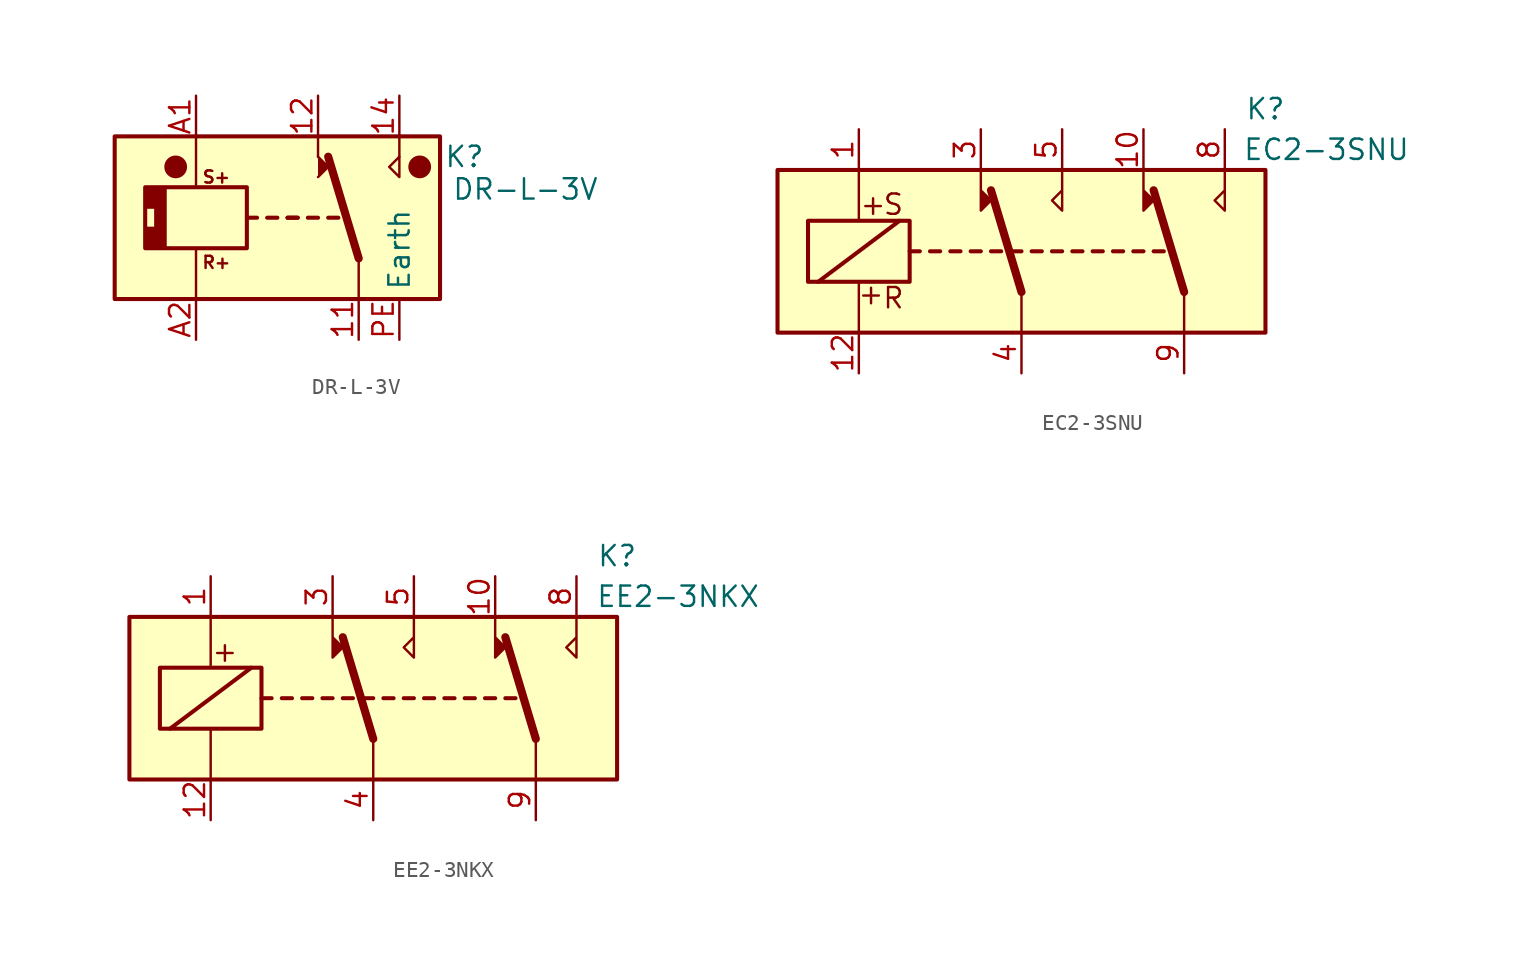
<source format=kicad_sym>
(kicad_symbol_lib
  (version 20231120)
  (generator "kicad_symbol_editor")
  (generator_version "8.0")
  (symbol "DR-L-3V"
    (property "Reference" "K"
      (at 11.684 3.81 0)
      (effects (font (size 1.27 1.27))))
    (property "Value" "DR-L-3V"
      (at 15.494 1.778 0)
      (effects (font (size 1.27 1.27))))
    (symbol "DR-L-3V_0_0"
      (polyline (pts (xy 2.54 3.81) (xy 2.54 5.08)) (stroke (width 0) (type default)) (fill (type none)))
      (polyline (pts (xy 7.62 3.81) (xy 7.62 5.08)) (stroke (width 0) (type default)) (fill (type none)))
      (polyline (pts (xy 7.62 3.81) (xy 7.62 2.54) (xy 6.985 3.175) (xy 7.62 3.81)) (stroke (width 0) (type default)) (fill (type none))))
    (symbol "DR-L-3V_0_1"
      (rectangle (start -10.16 5.08) (end 10.16 -5.08) (stroke (width 0.254) (type default)) (fill (type background)))
      (rectangle (start -8.255 1.905) (end -1.905 -1.905) (stroke (width 0.254) (type default)) (fill (type none)))
      (circle (center -6.35 3.175) (radius 0.635) (stroke (width 0) (type default)) (fill (type outline)))
      (polyline (pts (xy -10.16 -5.08) (xy -10.16 -1.905)) (stroke (width 0) (type default)) (fill (type none)))
      (polyline (pts (xy -10.16 5.08) (xy -10.16 1.905)) (stroke (width 0) (type default)) (fill (type none)))
      (polyline (pts (xy -5.08 -5.08) (xy -5.08 -1.905)) (stroke (width 0) (type default)) (fill (type none)))
      (polyline (pts (xy -5.08 5.08) (xy -5.08 1.905)) (stroke (width 0) (type default)) (fill (type none)))
      (polyline (pts (xy -1.905 0) (xy -1.27 0)) (stroke (width 0.254) (type default)) (fill (type none)))
      (polyline (pts (xy -0.635 0) (xy 0 0)) (stroke (width 0.254) (type default)) (fill (type none)))
      (polyline (pts (xy 0.635 0) (xy 1.27 0)) (stroke (width 0.254) (type default)) (fill (type none)))
      (polyline (pts (xy 0.635 0) (xy 1.27 0)) (stroke (width 0.254) (type default)) (fill (type none)))
      (polyline (pts (xy 1.905 0) (xy 2.54 0)) (stroke (width 0.254) (type default)) (fill (type none)))
      (polyline (pts (xy 3.175 0) (xy 3.81 0)) (stroke (width 0.254) (type default)) (fill (type none)))
      (polyline (pts (xy 5.08 -2.54) (xy 3.175 3.81)) (stroke (width 0.508) (type default)) (fill (type none)))
      (polyline (pts (xy 5.08 -2.54) (xy 5.08 -5.08)) (stroke (width 0) (type default)) (fill (type none)))
      (polyline (pts (xy 2.54 2.54) (xy 3.175 3.175) (xy 2.54 3.81)) (stroke (width 0) (type default)) (fill (type outline)))
      (circle (center 8.89 3.175) (radius 0.635) (stroke (width 0) (type default)) (fill (type outline))))
    (symbol "DR-L-3V_1_0"
      (text "R+" (at -3.81 -2.794 0) (effects (font (size 0.762 0.762))))
      (text "S+" (at -3.81 2.54 0) (effects (font (size 0.762 0.762)))))
    (symbol "DR-L-3V_1_1"
      (polyline (pts (xy -8.255 0.635) (xy -7.62 0.635) (xy -7.62 -0.635) (xy -8.255 -0.635) (xy -8.255 -1.905) (xy -6.985 -1.905) (xy -6.985 1.905) (xy -8.255 1.905) (xy -8.255 0.635)) (stroke (width 0) (type default)) (fill (type outline)))
      (pin passive line (at 5.08 -7.62 90) (length 2.54) (name "~" (effects (font (size 1.27 1.27)))) (number "11" (effects (font (size 1.27 1.27)))))
      (pin passive line (at 2.54 7.62 270) (length 2.54) (name "~" (effects (font (size 1.27 1.27)))) (number "12" (effects (font (size 1.27 1.27)))))
      (pin passive line (at 7.62 7.62 270) (length 2.54) (name "~" (effects (font (size 1.27 1.27)))) (number "14" (effects (font (size 1.27 1.27)))))
      (pin passive line (at -5.08 7.62 270) (length 2.54) (name "~" (effects (font (size 1.27 1.27)))) (number "A1" (effects (font (size 1.27 1.27)))))
      (pin passive line (at -5.08 -7.62 90) (length 2.54) (name "~" (effects (font (size 1.27 1.27)))) (number "A2" (effects (font (size 1.27 1.27)))))
      (pin passive line (at 7.62 -7.62 90) (length 2.54) (name "Earth" (effects (font (size 1.27 1.27)))) (number "PE" (effects (font (size 1.27 1.27)))))))
  (symbol "EC2-3SNU"
    (property "Reference" "K"
      (at 15.24 8.89 0)
      (effects (font (size 1.27 1.27))))
    (property "Value" "EC2-3SNU"
      (at 19.05 6.35 0)
      (effects (font (size 1.27 1.27))))
    (symbol "EC2-3SNU_0_0"
      (text "S" (at -8.001 2.921 0) (effects (font (size 1.27 1.27)))))
    (symbol "EC2-3SNU_1_1"
      (rectangle (start -15.24 5.08) (end 15.24 -5.08) (stroke (width 0.254) (type default)) (fill (type background)))
      (rectangle (start -13.335 1.905) (end -6.985 -1.905) (stroke (width 0.254) (type default)) (fill (type none)))
      (polyline (pts (xy -12.7 -1.905) (xy -7.62 1.905)) (stroke (width 0.254) (type default)) (fill (type none)))
      (polyline (pts (xy -10.16 -5.08) (xy -10.16 -1.905)) (stroke (width 0) (type default)) (fill (type none)))
      (polyline (pts (xy -10.16 5.08) (xy -10.16 1.905)) (stroke (width 0) (type default)) (fill (type none)))
      (polyline (pts (xy -6.985 0) (xy -6.35 0)) (stroke (width 0.254) (type default)) (fill (type none)))
      (polyline (pts (xy -5.715 0) (xy -5.08 0)) (stroke (width 0.254) (type default)) (fill (type none)))
      (polyline (pts (xy -4.445 0) (xy -3.81 0)) (stroke (width 0.254) (type default)) (fill (type none)))
      (polyline (pts (xy -3.175 0) (xy -2.54 0)) (stroke (width 0.254) (type default)) (fill (type none)))
      (polyline (pts (xy -1.905 0) (xy -1.27 0)) (stroke (width 0.254) (type default)) (fill (type none)))
      (polyline (pts (xy -0.635 0) (xy 0 0)) (stroke (width 0.254) (type default)) (fill (type none)))
      (polyline (pts (xy 0 -2.54) (xy -1.905 3.81)) (stroke (width 0.508) (type default)) (fill (type none)))
      (polyline (pts (xy 0 -2.54) (xy 0 -5.08)) (stroke (width 0) (type default)) (fill (type none)))
      (polyline (pts (xy 0.635 0) (xy 1.27 0)) (stroke (width 0.254) (type default)) (fill (type none)))
      (polyline (pts (xy 1.905 0) (xy 2.54 0)) (stroke (width 0.254) (type default)) (fill (type none)))
      (polyline (pts (xy 3.175 0) (xy 3.81 0)) (stroke (width 0.254) (type default)) (fill (type none)))
      (polyline (pts (xy 4.445 0) (xy 5.08 0)) (stroke (width 0.254) (type default)) (fill (type none)))
      (polyline (pts (xy 5.715 0) (xy 6.35 0)) (stroke (width 0.254) (type default)) (fill (type none)))
      (polyline (pts (xy 6.985 0) (xy 7.62 0)) (stroke (width 0.254) (type default)) (fill (type none)))
      (polyline (pts (xy 8.255 0) (xy 8.89 0)) (stroke (width 0.254) (type default)) (fill (type none)))
      (polyline (pts (xy 10.16 -2.54) (xy 8.255 3.81)) (stroke (width 0.508) (type default)) (fill (type none)))
      (polyline (pts (xy 10.16 -2.54) (xy 10.16 -5.08)) (stroke (width 0) (type default)) (fill (type none)))
      (polyline (pts (xy -2.54 5.08) (xy -2.54 2.54) (xy -1.905 3.175) (xy -2.54 3.81)) (stroke (width 0) (type default)) (fill (type outline)))
      (polyline (pts (xy 2.54 5.08) (xy 2.54 2.54) (xy 1.905 3.175) (xy 2.54 3.81)) (stroke (width 0) (type default)) (fill (type none)))
      (polyline (pts (xy 7.62 5.08) (xy 7.62 2.54) (xy 8.255 3.175) (xy 7.62 3.81)) (stroke (width 0) (type default)) (fill (type outline)))
      (polyline (pts (xy 12.7 5.08) (xy 12.7 2.54) (xy 12.065 3.175) (xy 12.7 3.81)) (stroke (width 0) (type default)) (fill (type none)))
      (text "+" (at -9.398 -2.667 0) (effects (font (size 1.27 1.27))))
      (text "+" (at -9.271 2.921 0) (effects (font (size 1.27 1.27))))
      (text "R" (at -8.001 -2.921 0) (effects (font (size 1.27 1.27))))
      (pin passive line (at -10.16 7.62 270) (length 2.54) (name "~" (effects (font (size 1.27 1.27)))) (number "1" (effects (font (size 1.27 1.27)))))
      (pin passive line (at 7.62 7.62 270) (length 2.54) (name "~" (effects (font (size 1.27 1.27)))) (number "10" (effects (font (size 1.27 1.27)))))
      (pin passive line (at -10.16 -7.62 90) (length 2.54) (name "~" (effects (font (size 1.27 1.27)))) (number "12" (effects (font (size 1.27 1.27)))))
      (pin passive line (at -2.54 7.62 270) (length 2.54) (name "~" (effects (font (size 1.27 1.27)))) (number "3" (effects (font (size 1.27 1.27)))))
      (pin passive line (at 0 -7.62 90) (length 2.54) (name "~" (effects (font (size 1.27 1.27)))) (number "4" (effects (font (size 1.27 1.27)))))
      (pin passive line (at 2.54 7.62 270) (length 2.54) (name "~" (effects (font (size 1.27 1.27)))) (number "5" (effects (font (size 1.27 1.27)))))
      (pin passive line (at 12.7 7.62 270) (length 2.54) (name "~" (effects (font (size 1.27 1.27)))) (number "8" (effects (font (size 1.27 1.27)))))
      (pin passive line (at 10.16 -7.62 90) (length 2.54) (name "~" (effects (font (size 1.27 1.27)))) (number "9" (effects (font (size 1.27 1.27)))))))
  (symbol "EE2-3NKX"
    (property "Reference" "K"
      (at 15.24 8.89 0)
      (effects (font (size 1.27 1.27))))
    (property "Value" "EE2-3NKX"
      (at 19.05 6.35 0)
      (effects (font (size 1.27 1.27))))
    (symbol "EE2-3NKX_1_1"
      (rectangle (start -15.24 5.08) (end 15.24 -5.08) (stroke (width 0.254) (type default)) (fill (type background)))
      (rectangle (start -13.335 1.905) (end -6.985 -1.905) (stroke (width 0.254) (type default)) (fill (type none)))
      (polyline (pts (xy -12.7 -1.905) (xy -7.62 1.905)) (stroke (width 0.254) (type default)) (fill (type none)))
      (polyline (pts (xy -10.16 -5.08) (xy -10.16 -1.905)) (stroke (width 0) (type default)) (fill (type none)))
      (polyline (pts (xy -10.16 5.08) (xy -10.16 1.905)) (stroke (width 0) (type default)) (fill (type none)))
      (polyline (pts (xy -6.985 0) (xy -6.35 0)) (stroke (width 0.254) (type default)) (fill (type none)))
      (polyline (pts (xy -5.715 0) (xy -5.08 0)) (stroke (width 0.254) (type default)) (fill (type none)))
      (polyline (pts (xy -4.445 0) (xy -3.81 0)) (stroke (width 0.254) (type default)) (fill (type none)))
      (polyline (pts (xy -3.175 0) (xy -2.54 0)) (stroke (width 0.254) (type default)) (fill (type none)))
      (polyline (pts (xy -1.905 0) (xy -1.27 0)) (stroke (width 0.254) (type default)) (fill (type none)))
      (polyline (pts (xy -0.635 0) (xy 0 0)) (stroke (width 0.254) (type default)) (fill (type none)))
      (polyline (pts (xy 0 -2.54) (xy -1.905 3.81)) (stroke (width 0.508) (type default)) (fill (type none)))
      (polyline (pts (xy 0 -2.54) (xy 0 -5.08)) (stroke (width 0) (type default)) (fill (type none)))
      (polyline (pts (xy 0.635 0) (xy 1.27 0)) (stroke (width 0.254) (type default)) (fill (type none)))
      (polyline (pts (xy 1.905 0) (xy 2.54 0)) (stroke (width 0.254) (type default)) (fill (type none)))
      (polyline (pts (xy 3.175 0) (xy 3.81 0)) (stroke (width 0.254) (type default)) (fill (type none)))
      (polyline (pts (xy 4.445 0) (xy 5.08 0)) (stroke (width 0.254) (type default)) (fill (type none)))
      (polyline (pts (xy 5.715 0) (xy 6.35 0)) (stroke (width 0.254) (type default)) (fill (type none)))
      (polyline (pts (xy 6.985 0) (xy 7.62 0)) (stroke (width 0.254) (type default)) (fill (type none)))
      (polyline (pts (xy 8.255 0) (xy 8.89 0)) (stroke (width 0.254) (type default)) (fill (type none)))
      (polyline (pts (xy 10.16 -2.54) (xy 8.255 3.81)) (stroke (width 0.508) (type default)) (fill (type none)))
      (polyline (pts (xy 10.16 -2.54) (xy 10.16 -5.08)) (stroke (width 0) (type default)) (fill (type none)))
      (polyline (pts (xy -2.54 5.08) (xy -2.54 2.54) (xy -1.905 3.175) (xy -2.54 3.81)) (stroke (width 0) (type default)) (fill (type outline)))
      (polyline (pts (xy 2.54 5.08) (xy 2.54 2.54) (xy 1.905 3.175) (xy 2.54 3.81)) (stroke (width 0) (type default)) (fill (type none)))
      (polyline (pts (xy 7.62 5.08) (xy 7.62 2.54) (xy 8.255 3.175) (xy 7.62 3.81)) (stroke (width 0) (type default)) (fill (type outline)))
      (polyline (pts (xy 12.7 5.08) (xy 12.7 2.54) (xy 12.065 3.175) (xy 12.7 3.81)) (stroke (width 0) (type default)) (fill (type none)))
      (text "+" (at -9.271 2.921 0) (effects (font (size 1.27 1.27))))
      (pin passive line (at -10.16 7.62 270) (length 2.54) (name "~" (effects (font (size 1.27 1.27)))) (number "1" (effects (font (size 1.27 1.27)))))
      (pin passive line (at 7.62 7.62 270) (length 2.54) (name "~" (effects (font (size 1.27 1.27)))) (number "10" (effects (font (size 1.27 1.27)))))
      (pin passive line (at -10.16 -7.62 90) (length 2.54) (name "~" (effects (font (size 1.27 1.27)))) (number "12" (effects (font (size 1.27 1.27)))))
      (pin passive line (at -2.54 7.62 270) (length 2.54) (name "~" (effects (font (size 1.27 1.27)))) (number "3" (effects (font (size 1.27 1.27)))))
      (pin passive line (at 0 -7.62 90) (length 2.54) (name "~" (effects (font (size 1.27 1.27)))) (number "4" (effects (font (size 1.27 1.27)))))
      (pin passive line (at 2.54 7.62 270) (length 2.54) (name "~" (effects (font (size 1.27 1.27)))) (number "5" (effects (font (size 1.27 1.27)))))
      (pin passive line (at 12.7 7.62 270) (length 2.54) (name "~" (effects (font (size 1.27 1.27)))) (number "8" (effects (font (size 1.27 1.27)))))
      (pin passive line (at 10.16 -7.62 90) (length 2.54) (name "~" (effects (font (size 1.27 1.27)))) (number "9" (effects (font (size 1.27 1.27))))))))
</source>
